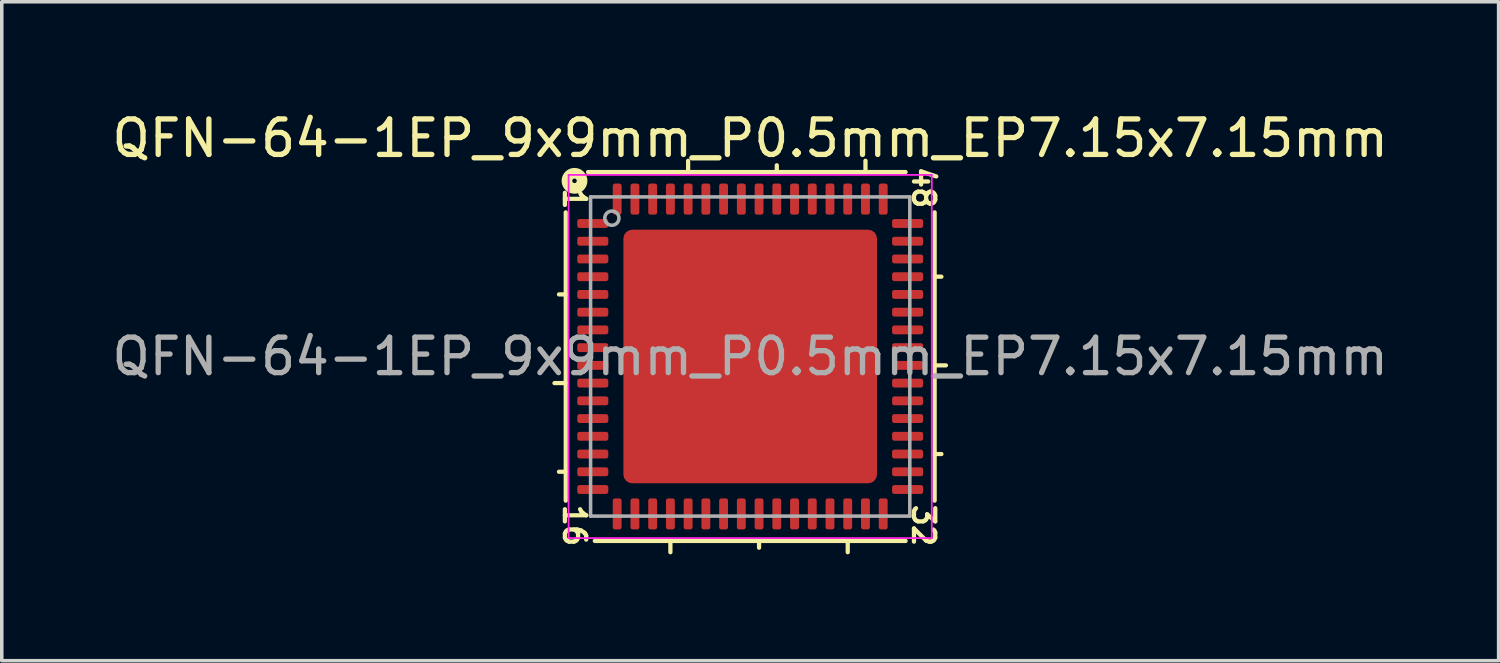
<source format=kicad_pcb>
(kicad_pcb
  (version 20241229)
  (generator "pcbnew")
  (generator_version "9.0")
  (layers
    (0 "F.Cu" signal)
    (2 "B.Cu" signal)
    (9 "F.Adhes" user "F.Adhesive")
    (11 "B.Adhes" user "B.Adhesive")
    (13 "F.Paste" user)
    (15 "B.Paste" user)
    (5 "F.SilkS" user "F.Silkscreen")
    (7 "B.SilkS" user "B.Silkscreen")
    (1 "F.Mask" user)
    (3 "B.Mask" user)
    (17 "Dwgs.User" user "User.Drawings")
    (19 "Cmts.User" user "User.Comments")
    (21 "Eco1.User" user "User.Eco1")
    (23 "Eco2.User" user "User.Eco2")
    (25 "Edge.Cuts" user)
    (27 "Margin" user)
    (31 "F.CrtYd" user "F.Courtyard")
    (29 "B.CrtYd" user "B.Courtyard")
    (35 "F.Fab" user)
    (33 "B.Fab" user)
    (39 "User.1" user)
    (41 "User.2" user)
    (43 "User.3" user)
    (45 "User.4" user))
  (footprint "QFN-64-1EP_9x9mm_P0.5mm_EP7.15x7.15mm"
    (layer "F.Cu")
    (at 18.101 7.001)
    (property "Reference" "QFN-64-1EP_9x9mm_P0.5mm_EP7.15x7.15mm" (at 0 -6.152 0) (layer "F.SilkS") (effects (font (size 1 1) (thickness 0.15))))
    (attr smd)
    (fp_line (start -5.2 -4.064) (end -5.2 4.064) (stroke (width 0.12) (type solid)) (layer "F.SilkS"))
    (fp_line (start -5.2 -1.75) (end -5.391 -1.75) (stroke (width 0.12) (type solid)) (layer "F.SilkS"))
    (fp_line (start -5.2 0.75) (end -5.518 0.75) (stroke (width 0.12) (type solid)) (layer "F.SilkS"))
    (fp_line (start -5.2 3.25) (end -5.391 3.25) (stroke (width 0.12) (type solid)) (layer "F.SilkS"))
    (fp_line (start -4.381 5.2) (end 4.381 5.2) (stroke (width 0.12) (type solid)) (layer "F.SilkS"))
    (fp_line (start -2.25 5.2) (end -2.25 5.518) (stroke (width 0.12) (type solid)) (layer "F.SilkS"))
    (fp_line (start -1.75 -5.2) (end -1.75 -5.518) (stroke (width 0.12) (type solid)) (layer "F.SilkS"))
    (fp_line (start 0.25 5.2) (end 0.25 5.391) (stroke (width 0.12) (type solid)) (layer "F.SilkS"))
    (fp_line (start 0.75 -5.2) (end 0.75 -5.391) (stroke (width 0.12) (type solid)) (layer "F.SilkS"))
    (fp_line (start 2.75 5.2) (end 2.75 5.518) (stroke (width 0.12) (type solid)) (layer "F.SilkS"))
    (fp_line (start 3.25 -5.2) (end 3.25 -5.518) (stroke (width 0.12) (type solid)) (layer "F.SilkS"))
    (fp_line (start 4.381 -5.2) (end -4.572 -5.2) (stroke (width 0.12) (type solid)) (layer "F.SilkS"))
    (fp_line (start 5.2 -2.25) (end 5.391 -2.25) (stroke (width 0.12) (type solid)) (layer "F.SilkS"))
    (fp_line (start 5.2 0.25) (end 5.518 0.25) (stroke (width 0.12) (type solid)) (layer "F.SilkS"))
    (fp_line (start 5.2 2.75) (end 5.391 2.75) (stroke (width 0.12) (type solid)) (layer "F.SilkS"))
    (fp_line (start 5.2 4.064) (end 5.2 -4.064) (stroke (width 0.12) (type solid)) (layer "F.SilkS"))
    (fp_circle (center -4.953 -4.953) (end -4.889 -4.953) (stroke (width 0.3) (type solid)) (fill no) (layer "F.SilkS"))
    (fp_line (start -5.12 -5.12) (end -5.12 5.12) (stroke (width 0.05) (type solid)) (layer "F.CrtYd"))
    (fp_line (start -5.12 5.12) (end 5.12 5.12) (stroke (width 0.05) (type solid)) (layer "F.CrtYd"))
    (fp_line (start 5.12 -5.12) (end -5.12 -5.12) (stroke (width 0.05) (type solid)) (layer "F.CrtYd"))
    (fp_line (start 5.12 5.12) (end 5.12 -5.12) (stroke (width 0.05) (type solid)) (layer "F.CrtYd"))
    (fp_line (start -4.5 -4.5) (end 4.5 -4.5) (stroke (width 0.1) (type solid)) (layer "F.Fab"))
    (fp_line (start -4.5 4.5) (end -4.5 -4.5) (stroke (width 0.1) (type solid)) (layer "F.Fab"))
    (fp_line (start 4.5 -4.5) (end 4.5 4.5) (stroke (width 0.1) (type solid)) (layer "F.Fab"))
    (fp_line (start 4.5 4.5) (end -4.5 4.5) (stroke (width 0.1) (type solid)) (layer "F.Fab"))
    (fp_circle (center -3.9 -3.9) (end -3.7 -3.9) (stroke (width 0.1) (type solid)) (fill no) (layer "F.Fab"))
    (fp_text user "16" (at -4.953 4.763 270) (unlocked yes) (layer "F.SilkS") (effects (font (size 0.6 0.6) (thickness 0.12))))
    (fp_text user "48" (at 4.889 -4.763 270) (unlocked yes) (layer "F.SilkS") (effects (font (size 0.6 0.6) (thickness 0.12))))
    (fp_text user "1" (at -4.953 -4.445 270) (unlocked yes) (layer "F.SilkS") (effects (font (size 0.6 0.6) (thickness 0.12))))
    (fp_text user "32" (at 4.889 4.763 270) (unlocked yes) (layer "F.SilkS") (effects (font (size 0.6 0.6) (thickness 0.12))))
    (fp_text user "${REFERENCE}" (at 0 0 0) (layer "F.Fab") (effects (font (size 1 1) (thickness 0.15))))
    (pad "" smd roundrect (at -2.86 -2.86) (size 1.15 1.15) (layers "F.Paste") (roundrect_rratio 0.217))
    (pad "" smd roundrect (at -2.86 -1.43) (size 1.15 1.15) (layers "F.Paste") (roundrect_rratio 0.217))
    (pad "" smd roundrect (at -2.86 0) (size 1.15 1.15) (layers "F.Paste") (roundrect_rratio 0.217))
    (pad "" smd roundrect (at -2.86 1.43) (size 1.15 1.15) (layers "F.Paste") (roundrect_rratio 0.217))
    (pad "" smd roundrect (at -2.86 2.86) (size 1.15 1.15) (layers "F.Paste") (roundrect_rratio 0.217))
    (pad "" smd roundrect (at -1.43 -2.86) (size 1.15 1.15) (layers "F.Paste") (roundrect_rratio 0.217))
    (pad "" smd roundrect (at -1.43 -1.43) (size 1.15 1.15) (layers "F.Paste") (roundrect_rratio 0.217))
    (pad "" smd roundrect (at -1.43 0) (size 1.15 1.15) (layers "F.Paste") (roundrect_rratio 0.217))
    (pad "" smd roundrect (at -1.43 1.43) (size 1.15 1.15) (layers "F.Paste") (roundrect_rratio 0.217))
    (pad "" smd roundrect (at -1.43 2.86) (size 1.15 1.15) (layers "F.Paste") (roundrect_rratio 0.217))
    (pad "" smd roundrect (at 0 -2.86) (size 1.15 1.15) (layers "F.Paste") (roundrect_rratio 0.217))
    (pad "" smd roundrect (at 0 -1.43) (size 1.15 1.15) (layers "F.Paste") (roundrect_rratio 0.217))
    (pad "" smd roundrect (at 0 0) (size 1.15 1.15) (layers "F.Paste") (roundrect_rratio 0.217))
    (pad "" smd roundrect (at 0 1.43) (size 1.15 1.15) (layers "F.Paste") (roundrect_rratio 0.217))
    (pad "" smd roundrect (at 0 2.86) (size 1.15 1.15) (layers "F.Paste") (roundrect_rratio 0.217))
    (pad "" smd roundrect (at 1.43 -2.86) (size 1.15 1.15) (layers "F.Paste") (roundrect_rratio 0.217))
    (pad "" smd roundrect (at 1.43 -1.43) (size 1.15 1.15) (layers "F.Paste") (roundrect_rratio 0.217))
    (pad "" smd roundrect (at 1.43 0) (size 1.15 1.15) (layers "F.Paste") (roundrect_rratio 0.217))
    (pad "" smd roundrect (at 1.43 1.43) (size 1.15 1.15) (layers "F.Paste") (roundrect_rratio 0.217))
    (pad "" smd roundrect (at 1.43 2.86) (size 1.15 1.15) (layers "F.Paste") (roundrect_rratio 0.217))
    (pad "" smd roundrect (at 2.86 -2.86) (size 1.15 1.15) (layers "F.Paste") (roundrect_rratio 0.217))
    (pad "" smd roundrect (at 2.86 -1.43) (size 1.15 1.15) (layers "F.Paste") (roundrect_rratio 0.217))
    (pad "" smd roundrect (at 2.86 0) (size 1.15 1.15) (layers "F.Paste") (roundrect_rratio 0.217))
    (pad "" smd roundrect (at 2.86 1.43) (size 1.15 1.15) (layers "F.Paste") (roundrect_rratio 0.217))
    (pad "" smd roundrect (at 2.86 2.86) (size 1.15 1.15) (layers "F.Paste") (roundrect_rratio 0.217))
    (pad "1" smd roundrect (at -4.438 -3.75) (size 0.875 0.25) (layers "F.Cu" "F.Mask" "F.Paste") (roundrect_rratio 0.25))
    (pad "2" smd roundrect (at -4.438 -3.25) (size 0.875 0.25) (layers "F.Cu" "F.Mask" "F.Paste") (roundrect_rratio 0.25))
    (pad "3" smd roundrect (at -4.438 -2.75) (size 0.875 0.25) (layers "F.Cu" "F.Mask" "F.Paste") (roundrect_rratio 0.25))
    (pad "4" smd roundrect (at -4.438 -2.25) (size 0.875 0.25) (layers "F.Cu" "F.Mask" "F.Paste") (roundrect_rratio 0.25))
    (pad "5" smd roundrect (at -4.438 -1.75) (size 0.875 0.25) (layers "F.Cu" "F.Mask" "F.Paste") (roundrect_rratio 0.25))
    (pad "6" smd roundrect (at -4.438 -1.25) (size 0.875 0.25) (layers "F.Cu" "F.Mask" "F.Paste") (roundrect_rratio 0.25))
    (pad "7" smd roundrect (at -4.438 -0.75) (size 0.875 0.25) (layers "F.Cu" "F.Mask" "F.Paste") (roundrect_rratio 0.25))
    (pad "8" smd roundrect (at -4.438 -0.25) (size 0.875 0.25) (layers "F.Cu" "F.Mask" "F.Paste") (roundrect_rratio 0.25))
    (pad "9" smd roundrect (at -4.438 0.25) (size 0.875 0.25) (layers "F.Cu" "F.Mask" "F.Paste") (roundrect_rratio 0.25))
    (pad "10" smd roundrect (at -4.438 0.75) (size 0.875 0.25) (layers "F.Cu" "F.Mask" "F.Paste") (roundrect_rratio 0.25))
    (pad "11" smd roundrect (at -4.438 1.25) (size 0.875 0.25) (layers "F.Cu" "F.Mask" "F.Paste") (roundrect_rratio 0.25))
    (pad "12" smd roundrect (at -4.438 1.75) (size 0.875 0.25) (layers "F.Cu" "F.Mask" "F.Paste") (roundrect_rratio 0.25))
    (pad "13" smd roundrect (at -4.438 2.25) (size 0.875 0.25) (layers "F.Cu" "F.Mask" "F.Paste") (roundrect_rratio 0.25))
    (pad "14" smd roundrect (at -4.438 2.75) (size 0.875 0.25) (layers "F.Cu" "F.Mask" "F.Paste") (roundrect_rratio 0.25))
    (pad "15" smd roundrect (at -4.438 3.25) (size 0.875 0.25) (layers "F.Cu" "F.Mask" "F.Paste") (roundrect_rratio 0.25))
    (pad "16" smd roundrect (at -4.438 3.75) (size 0.875 0.25) (layers "F.Cu" "F.Mask" "F.Paste") (roundrect_rratio 0.25))
    (pad "17" smd roundrect (at -3.75 4.438) (size 0.25 0.875) (layers "F.Cu" "F.Mask" "F.Paste") (roundrect_rratio 0.25))
    (pad "18" smd roundrect (at -3.25 4.438) (size 0.25 0.875) (layers "F.Cu" "F.Mask" "F.Paste") (roundrect_rratio 0.25))
    (pad "19" smd roundrect (at -2.75 4.438) (size 0.25 0.875) (layers "F.Cu" "F.Mask" "F.Paste") (roundrect_rratio 0.25))
    (pad "20" smd roundrect (at -2.25 4.438) (size 0.25 0.875) (layers "F.Cu" "F.Mask" "F.Paste") (roundrect_rratio 0.25))
    (pad "21" smd roundrect (at -1.75 4.438) (size 0.25 0.875) (layers "F.Cu" "F.Mask" "F.Paste") (roundrect_rratio 0.25))
    (pad "22" smd roundrect (at -1.25 4.438) (size 0.25 0.875) (layers "F.Cu" "F.Mask" "F.Paste") (roundrect_rratio 0.25))
    (pad "23" smd roundrect (at -0.75 4.438) (size 0.25 0.875) (layers "F.Cu" "F.Mask" "F.Paste") (roundrect_rratio 0.25))
    (pad "24" smd roundrect (at -0.25 4.438) (size 0.25 0.875) (layers "F.Cu" "F.Mask" "F.Paste") (roundrect_rratio 0.25))
    (pad "25" smd roundrect (at 0.25 4.438) (size 0.25 0.875) (layers "F.Cu" "F.Mask" "F.Paste") (roundrect_rratio 0.25))
    (pad "26" smd roundrect (at 0.75 4.438) (size 0.25 0.875) (layers "F.Cu" "F.Mask" "F.Paste") (roundrect_rratio 0.25))
    (pad "27" smd roundrect (at 1.25 4.438) (size 0.25 0.875) (layers "F.Cu" "F.Mask" "F.Paste") (roundrect_rratio 0.25))
    (pad "28" smd roundrect (at 1.75 4.438) (size 0.25 0.875) (layers "F.Cu" "F.Mask" "F.Paste") (roundrect_rratio 0.25))
    (pad "29" smd roundrect (at 2.25 4.438) (size 0.25 0.875) (layers "F.Cu" "F.Mask" "F.Paste") (roundrect_rratio 0.25))
    (pad "30" smd roundrect (at 2.75 4.438) (size 0.25 0.875) (layers "F.Cu" "F.Mask" "F.Paste") (roundrect_rratio 0.25))
    (pad "31" smd roundrect (at 3.25 4.438) (size 0.25 0.875) (layers "F.Cu" "F.Mask" "F.Paste") (roundrect_rratio 0.25))
    (pad "32" smd roundrect (at 3.75 4.438) (size 0.25 0.875) (layers "F.Cu" "F.Mask" "F.Paste") (roundrect_rratio 0.25))
    (pad "33" smd roundrect (at 4.438 3.75) (size 0.875 0.25) (layers "F.Cu" "F.Mask" "F.Paste") (roundrect_rratio 0.25))
    (pad "34" smd roundrect (at 4.438 3.25) (size 0.875 0.25) (layers "F.Cu" "F.Mask" "F.Paste") (roundrect_rratio 0.25))
    (pad "35" smd roundrect (at 4.438 2.75) (size 0.875 0.25) (layers "F.Cu" "F.Mask" "F.Paste") (roundrect_rratio 0.25))
    (pad "36" smd roundrect (at 4.438 2.25) (size 0.875 0.25) (layers "F.Cu" "F.Mask" "F.Paste") (roundrect_rratio 0.25))
    (pad "37" smd roundrect (at 4.438 1.75) (size 0.875 0.25) (layers "F.Cu" "F.Mask" "F.Paste") (roundrect_rratio 0.25))
    (pad "38" smd roundrect (at 4.438 1.25) (size 0.875 0.25) (layers "F.Cu" "F.Mask" "F.Paste") (roundrect_rratio 0.25))
    (pad "39" smd roundrect (at 4.438 0.75) (size 0.875 0.25) (layers "F.Cu" "F.Mask" "F.Paste") (roundrect_rratio 0.25))
    (pad "40" smd roundrect (at 4.438 0.25) (size 0.875 0.25) (layers "F.Cu" "F.Mask" "F.Paste") (roundrect_rratio 0.25))
    (pad "41" smd roundrect (at 4.438 -0.25) (size 0.875 0.25) (layers "F.Cu" "F.Mask" "F.Paste") (roundrect_rratio 0.25))
    (pad "42" smd roundrect (at 4.438 -0.75) (size 0.875 0.25) (layers "F.Cu" "F.Mask" "F.Paste") (roundrect_rratio 0.25))
    (pad "43" smd roundrect (at 4.438 -1.25) (size 0.875 0.25) (layers "F.Cu" "F.Mask" "F.Paste") (roundrect_rratio 0.25))
    (pad "44" smd roundrect (at 4.438 -1.75) (size 0.875 0.25) (layers "F.Cu" "F.Mask" "F.Paste") (roundrect_rratio 0.25))
    (pad "45" smd roundrect (at 4.438 -2.25) (size 0.875 0.25) (layers "F.Cu" "F.Mask" "F.Paste") (roundrect_rratio 0.25))
    (pad "46" smd roundrect (at 4.438 -2.75) (size 0.875 0.25) (layers "F.Cu" "F.Mask" "F.Paste") (roundrect_rratio 0.25))
    (pad "47" smd roundrect (at 4.438 -3.25) (size 0.875 0.25) (layers "F.Cu" "F.Mask" "F.Paste") (roundrect_rratio 0.25))
    (pad "48" smd roundrect (at 4.438 -3.75) (size 0.875 0.25) (layers "F.Cu" "F.Mask" "F.Paste") (roundrect_rratio 0.25))
    (pad "49" smd roundrect (at 3.75 -4.438) (size 0.25 0.875) (layers "F.Cu" "F.Mask" "F.Paste") (roundrect_rratio 0.25))
    (pad "50" smd roundrect (at 3.25 -4.438) (size 0.25 0.875) (layers "F.Cu" "F.Mask" "F.Paste") (roundrect_rratio 0.25))
    (pad "51" smd roundrect (at 2.75 -4.438) (size 0.25 0.875) (layers "F.Cu" "F.Mask" "F.Paste") (roundrect_rratio 0.25))
    (pad "52" smd roundrect (at 2.25 -4.438) (size 0.25 0.875) (layers "F.Cu" "F.Mask" "F.Paste") (roundrect_rratio 0.25))
    (pad "53" smd roundrect (at 1.75 -4.438) (size 0.25 0.875) (layers "F.Cu" "F.Mask" "F.Paste") (roundrect_rratio 0.25))
    (pad "54" smd roundrect (at 1.25 -4.438) (size 0.25 0.875) (layers "F.Cu" "F.Mask" "F.Paste") (roundrect_rratio 0.25))
    (pad "55" smd roundrect (at 0.75 -4.438) (size 0.25 0.875) (layers "F.Cu" "F.Mask" "F.Paste") (roundrect_rratio 0.25))
    (pad "56" smd roundrect (at 0.25 -4.438) (size 0.25 0.875) (layers "F.Cu" "F.Mask" "F.Paste") (roundrect_rratio 0.25))
    (pad "57" smd roundrect (at -0.25 -4.438) (size 0.25 0.875) (layers "F.Cu" "F.Mask" "F.Paste") (roundrect_rratio 0.25))
    (pad "58" smd roundrect (at -0.75 -4.438) (size 0.25 0.875) (layers "F.Cu" "F.Mask" "F.Paste") (roundrect_rratio 0.25))
    (pad "59" smd roundrect (at -1.25 -4.438) (size 0.25 0.875) (layers "F.Cu" "F.Mask" "F.Paste") (roundrect_rratio 0.25))
    (pad "60" smd roundrect (at -1.75 -4.438) (size 0.25 0.875) (layers "F.Cu" "F.Mask" "F.Paste") (roundrect_rratio 0.25))
    (pad "61" smd roundrect (at -2.25 -4.438) (size 0.25 0.875) (layers "F.Cu" "F.Mask" "F.Paste") (roundrect_rratio 0.25))
    (pad "62" smd roundrect (at -2.75 -4.438) (size 0.25 0.875) (layers "F.Cu" "F.Mask" "F.Paste") (roundrect_rratio 0.25))
    (pad "63" smd roundrect (at -3.25 -4.438) (size 0.25 0.875) (layers "F.Cu" "F.Mask" "F.Paste") (roundrect_rratio 0.25))
    (pad "64" smd roundrect (at -3.75 -4.438) (size 0.25 0.875) (layers "F.Cu" "F.Mask" "F.Paste") (roundrect_rratio 0.25))
    (pad "65" smd roundrect (at 0 0) (size 7.15 7.15) (layers "F.Cu" "F.Mask") (roundrect_rratio 0.035)))
  (gr_rect
    (start -3 -3)
    (end 39.202 15.578)
    (stroke (width 0.1) (type default))
    (fill no)
    (layer "Edge.Cuts")))
</source>
